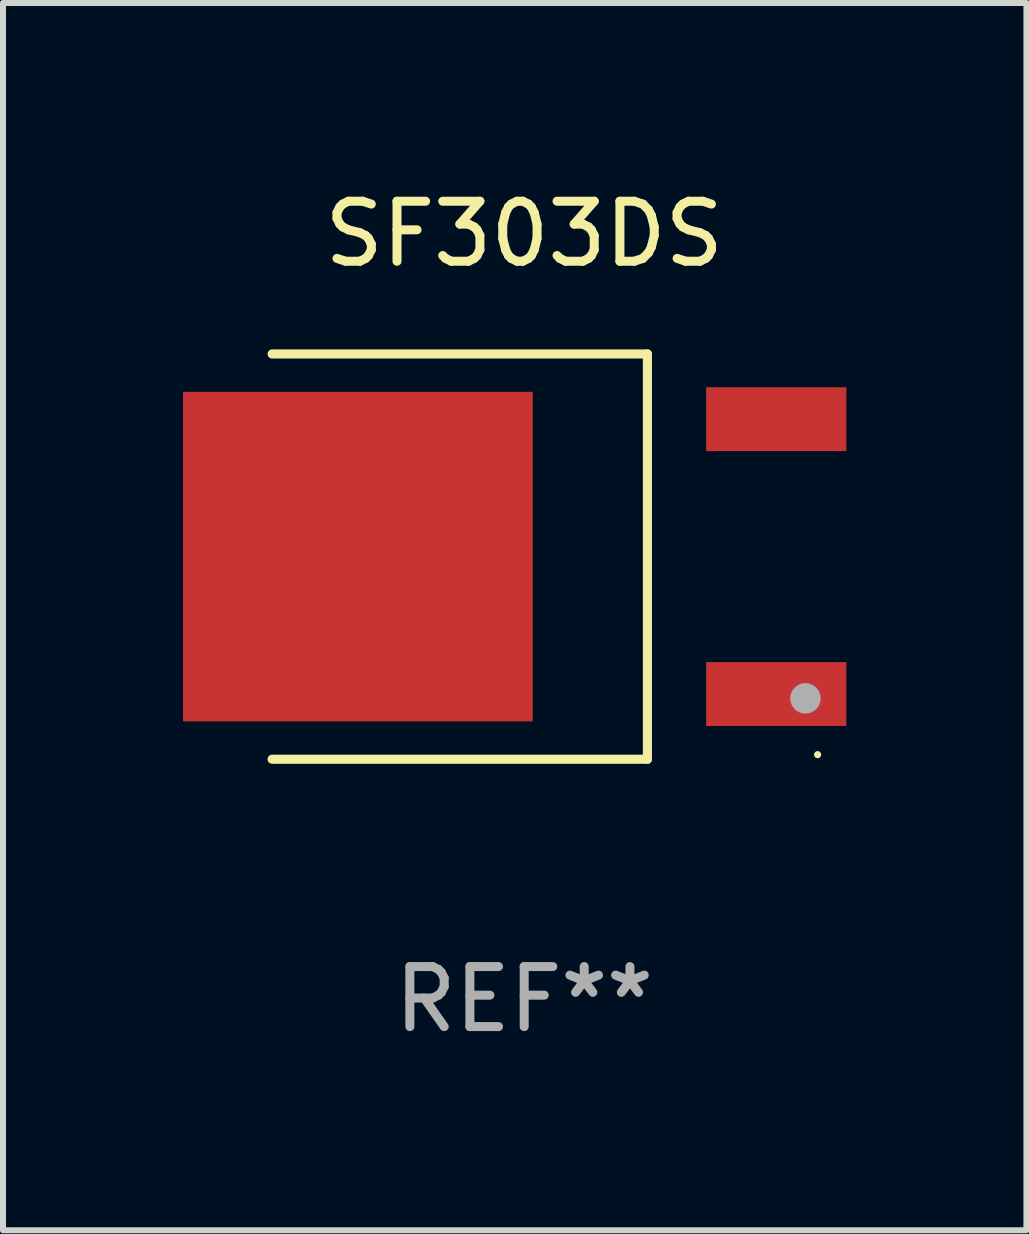
<source format=kicad_pcb>
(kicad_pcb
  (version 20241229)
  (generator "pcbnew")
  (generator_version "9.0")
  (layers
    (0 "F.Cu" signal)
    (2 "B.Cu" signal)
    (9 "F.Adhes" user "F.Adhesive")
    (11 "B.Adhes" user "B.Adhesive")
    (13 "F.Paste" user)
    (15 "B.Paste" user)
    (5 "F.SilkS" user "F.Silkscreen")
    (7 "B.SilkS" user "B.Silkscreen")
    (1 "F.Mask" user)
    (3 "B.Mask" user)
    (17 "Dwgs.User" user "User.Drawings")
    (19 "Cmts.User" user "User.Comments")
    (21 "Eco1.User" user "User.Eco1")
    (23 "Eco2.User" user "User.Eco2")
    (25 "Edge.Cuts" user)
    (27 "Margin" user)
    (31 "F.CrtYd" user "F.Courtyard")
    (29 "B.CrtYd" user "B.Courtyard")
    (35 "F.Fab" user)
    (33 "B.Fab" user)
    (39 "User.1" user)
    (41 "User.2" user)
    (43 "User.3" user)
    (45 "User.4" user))
  (footprint "SF303DS"
    (layer "F.Cu")
    (at 5.684 6.224)
    (property "Reference" "SF303DS" (at 0 -5.376 0) (layer "F.SilkS") (effects (font (size 1 1) (thickness 0.15))))
    (attr through_hole)
    (fp_line (start -4.2 -3.376) (end 2.053 -3.376) (stroke (width 0.152) (type solid)) (layer "F.SilkS"))
    (fp_line (start -4.2 3.376) (end 2.053 3.376) (stroke (width 0.152) (type solid)) (layer "F.SilkS"))
    (fp_line (start 2.053 3.376) (end 2.053 -3.376) (stroke (width 0.152) (type solid)) (layer "F.SilkS"))
    (fp_circle (center 4.889 3.3) (end 4.919 3.3) (stroke (width 0.06) (type solid)) (fill no) (layer "F.SilkS"))
    (fp_circle (center 4.686 2.362) (end 4.813 2.362) (stroke (width 0.254) (type solid)) (fill no) (layer "F.Fab"))
    (fp_text user "REF**" (at 0 7.376 0) (layer "F.Fab") (effects (font (size 1 1) (thickness 0.15))))
    (pad "1" smd rect (at 4.2 2.29) (size 2.336 1.064) (layers "F.Cu" "F.Mask" "F.Paste"))
    (pad "3" smd rect (at 4.2 -2.29) (size 2.336 1.064) (layers "F.Cu" "F.Mask" "F.Paste"))
    (pad "4" smd rect (at -2.771 0) (size 5.826 5.491) (layers "F.Cu" "F.Mask" "F.Paste")))
  (gr_rect
    (start -3 -3)
    (end 14.052 17.449)
    (stroke (width 0.1) (type default))
    (fill no)
    (layer "Edge.Cuts")))
</source>
